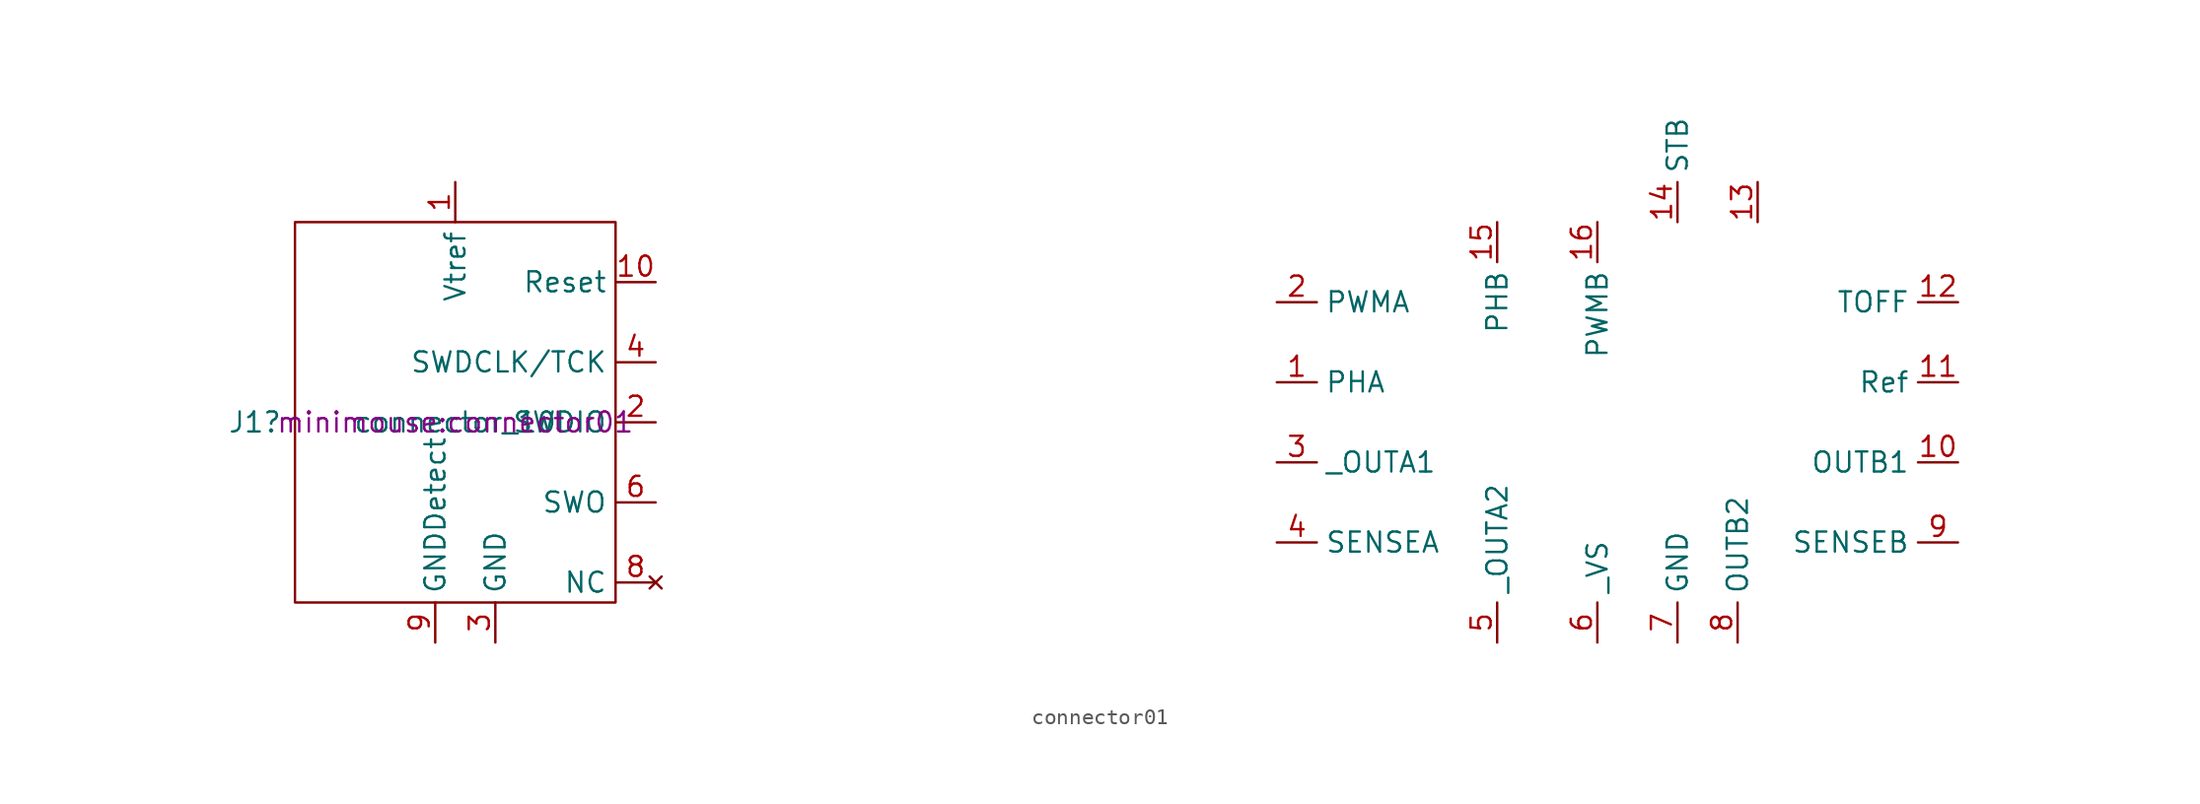
<source format=kicad_sym>
(kicad_symbol_lib
  (version 20220914)
  (generator kicad_symbol_editor)
  (symbol "connector01"
    (property "Reference" "J1"
      (at -12.7 0 0)
      (effects (font (size 1.27 1.27))))
    (property "Value" "connector_10"
      (at 0 0 0)
      (effects (font (size 1.27 1.27))))
    (property "Footprint" "minimouse:connector01"
      (at 0 0 0)
      (effects (font (size 1.27 1.27))))
    (symbol "connector01_0_1"
      (rectangle (start -10.16 12.7) (end 10.16 -11.43) (stroke (width 0) (type default)) (fill (type none))))
    (symbol "connector01_1_1"
      (pin input line (at 52.07 2.54 0) (length 2.54) (name "PHA" (effects (font (size 1.27 1.27)))) (number "1" (effects (font (size 1.27 1.27)))))
      (pin power_in line (at 0 15.24 270) (length 2.54) (name "Vtref" (effects (font (size 1.27 1.27)))) (number "1" (effects (font (size 1.27 1.27)))))
      (pin power_out line (at 95.25 -2.54 180) (length 2.54) (name "OUTB1" (effects (font (size 1.27 1.27)))) (number "10" (effects (font (size 1.27 1.27)))))
      (pin open_collector line (at 12.7 8.89 180) (length 2.54) (name "Reset" (effects (font (size 1.27 1.27)))) (number "10" (effects (font (size 1.27 1.27)))))
      (pin input line (at 95.25 2.54 180) (length 2.54) (name "Ref" (effects (font (size 1.27 1.27)))) (number "11" (effects (font (size 1.27 1.27)))))
      (pin input line (at 95.25 7.62 180) (length 2.54) (name "TOFF" (effects (font (size 1.27 1.27)))) (number "12" (effects (font (size 1.27 1.27)))))
      (pin input line (at 82.55 12.7 90) (length 2.54) (name "" (effects (font (size 1.27 1.27)))) (number "13" (effects (font (size 1.27 1.27)))))
      (pin input line (at 77.47 12.7 90) (length 2.54) (name "STB" (effects (font (size 1.27 1.27)))) (number "14" (effects (font (size 1.27 1.27)))))
      (pin input line (at 66.04 12.7 270) (length 2.54) (name "PHB" (effects (font (size 1.27 1.27)))) (number "15" (effects (font (size 1.27 1.27)))))
      (pin input line (at 72.39 12.7 270) (length 2.54) (name "PWMB" (effects (font (size 1.27 1.27)))) (number "16" (effects (font (size 1.27 1.27)))))
      (pin input line (at 52.07 7.62 0) (length 2.54) (name "PWMA" (effects (font (size 1.27 1.27)))) (number "2" (effects (font (size 1.27 1.27)))))
      (pin output line (at 12.7 0 180) (length 2.54) (name "SWDIO" (effects (font (size 1.27 1.27)))) (number "2" (effects (font (size 1.27 1.27)))))
      (pin power_in line (at 2.54 -13.97 90) (length 2.54) (name "GND" (effects (font (size 1.27 1.27)))) (number "3" (effects (font (size 1.27 1.27)))))
      (pin power_out line (at 52.07 -2.54 0) (length 2.54) (name "_OUTA1" (effects (font (size 1.27 1.27)))) (number "3" (effects (font (size 1.27 1.27)))))
      (pin power_out line (at 52.07 -7.62 0) (length 2.54) (name "SENSEA" (effects (font (size 1.27 1.27)))) (number "4" (effects (font (size 1.27 1.27)))))
      (pin output line (at 12.7 3.81 180) (length 2.54) (name "SWDCLK/TCK" (effects (font (size 1.27 1.27)))) (number "4" (effects (font (size 1.27 1.27)))))
      (pin power_out line (at 66.04 -13.97 90) (length 2.54) (name "_OUTA2" (effects (font (size 1.27 1.27)))) (number "5" (effects (font (size 1.27 1.27)))))
      (pin output line (at 12.7 -5.08 180) (length 2.54) (name "SWO" (effects (font (size 1.27 1.27)))) (number "6" (effects (font (size 1.27 1.27)))))
      (pin power_in line (at 72.39 -13.97 90) (length 2.54) (name "_VS" (effects (font (size 1.27 1.27)))) (number "6" (effects (font (size 1.27 1.27)))))
      (pin power_in line (at 77.47 -13.97 90) (length 2.54) (name "GND" (effects (font (size 1.27 1.27)))) (number "7" (effects (font (size 1.27 1.27)))))
      (pin no_connect line (at 12.7 -10.16 180) (length 2.54) (name "NC" (effects (font (size 1.27 1.27)))) (number "8" (effects (font (size 1.27 1.27)))))
      (pin power_out line (at 81.28 -13.97 90) (length 2.54) (name "OUTB2" (effects (font (size 1.27 1.27)))) (number "8" (effects (font (size 1.27 1.27)))))
      (pin passive line (at -1.27 -13.97 90) (length 2.54) (name "GNDDetect" (effects (font (size 1.27 1.27)))) (number "9" (effects (font (size 1.27 1.27)))))
      (pin power_out line (at 95.25 -7.62 180) (length 2.54) (name "SENSEB" (effects (font (size 1.27 1.27)))) (number "9" (effects (font (size 1.27 1.27))))))))
</source>
